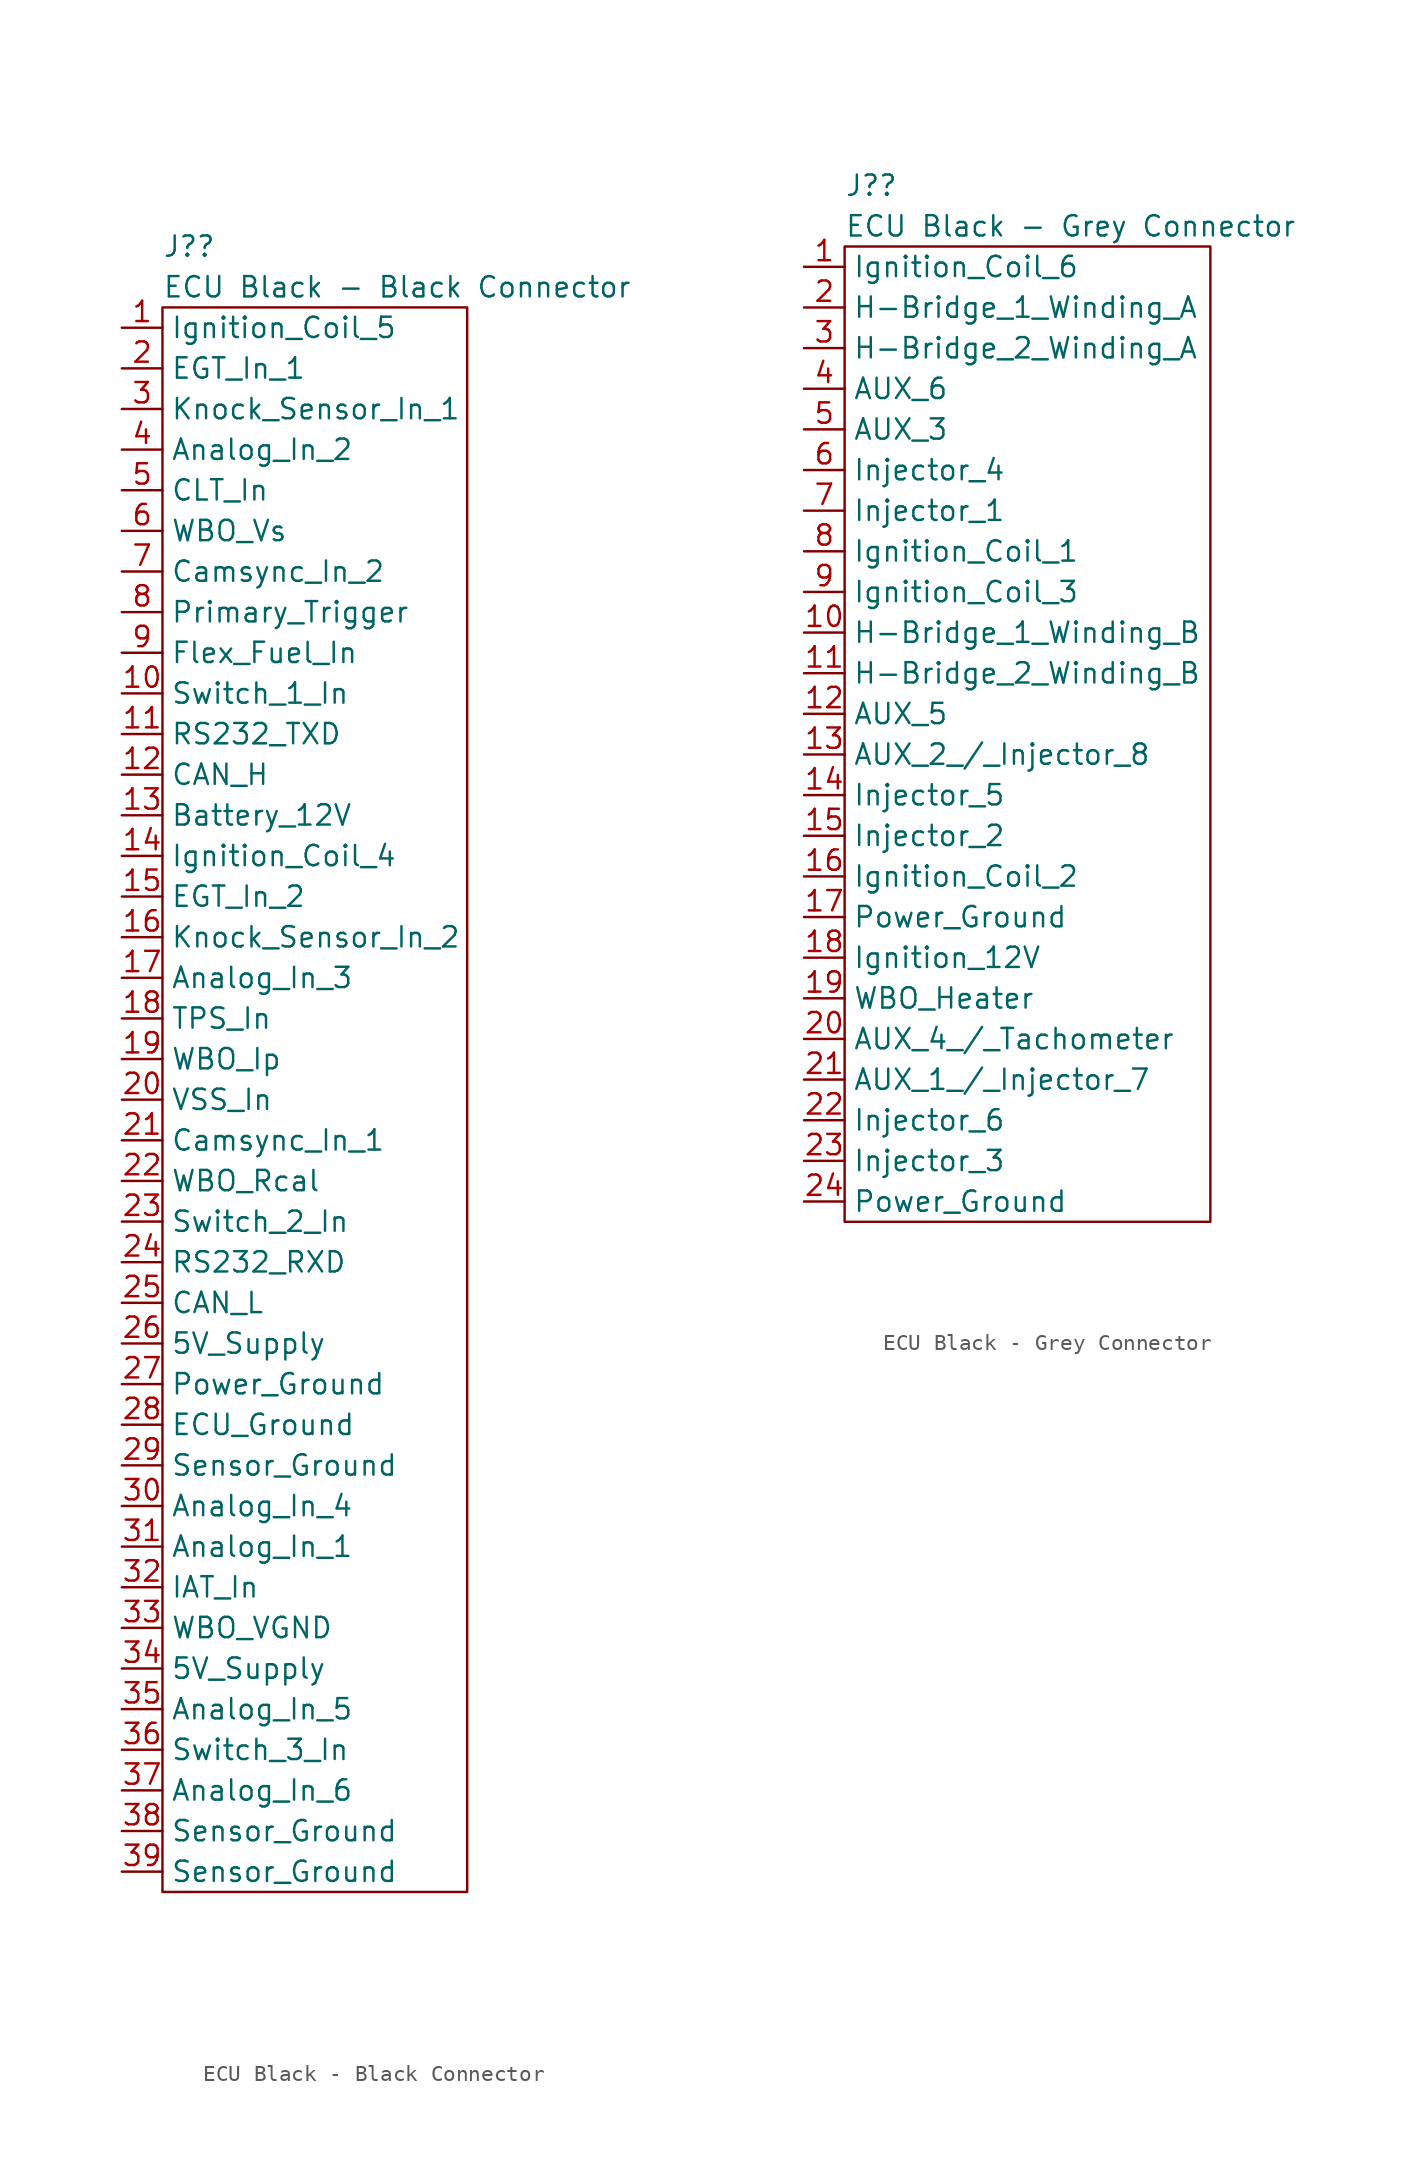
<source format=kicad_sym>
(kicad_symbol_lib
  (version 20211014)
  (generator kicad_symbol_editor)
  (symbol "ECU Black - Black Connector"
    (property "Reference" "J?"
      (at 0 3.81 0)
      (effects (font (size 1.27 1.27)) (justify left)))
    (property "Value" "ECU Black - Black Connector"
      (at 0 1.27 0)
      (effects (font (size 1.27 1.27)) (justify left)))
    (symbol "ECU Black - Black Connector_0_1"
      (rectangle (start 0 0) (end 19.05 -99.06) (stroke (width 0) (type default) (color 0 0 0 0)) (fill (type none))))
    (symbol "ECU Black - Black Connector_1_1"
      (pin output line (at -2.54 -1.27 0) (length 2.54) (name "Ignition_Coil_5" (effects (font (size 1.27 1.27)))) (number "1" (effects (font (size 1.27 1.27)))))
      (pin input line (at -2.54 -24.13 0) (length 2.54) (name "Switch_1_In" (effects (font (size 1.27 1.27)))) (number "10" (effects (font (size 1.27 1.27)))))
      (pin bidirectional line (at -2.54 -26.67 0) (length 2.54) (name "RS232_TXD" (effects (font (size 1.27 1.27)))) (number "11" (effects (font (size 1.27 1.27)))))
      (pin bidirectional line (at -2.54 -29.21 0) (length 2.54) (name "CAN_H" (effects (font (size 1.27 1.27)))) (number "12" (effects (font (size 1.27 1.27)))))
      (pin power_in line (at -2.54 -31.75 0) (length 2.54) (name "Battery_12V" (effects (font (size 1.27 1.27)))) (number "13" (effects (font (size 1.27 1.27)))))
      (pin output line (at -2.54 -34.29 0) (length 2.54) (name "Ignition_Coil_4" (effects (font (size 1.27 1.27)))) (number "14" (effects (font (size 1.27 1.27)))))
      (pin input line (at -2.54 -36.83 0) (length 2.54) (name "EGT_In_2" (effects (font (size 1.27 1.27)))) (number "15" (effects (font (size 1.27 1.27)))))
      (pin input line (at -2.54 -39.37 0) (length 2.54) (name "Knock_Sensor_In_2" (effects (font (size 1.27 1.27)))) (number "16" (effects (font (size 1.27 1.27)))))
      (pin input line (at -2.54 -41.91 0) (length 2.54) (name "Analog_In_3" (effects (font (size 1.27 1.27)))) (number "17" (effects (font (size 1.27 1.27)))))
      (pin input line (at -2.54 -44.45 0) (length 2.54) (name "TPS_In" (effects (font (size 1.27 1.27)))) (number "18" (effects (font (size 1.27 1.27)))))
      (pin input line (at -2.54 -46.99 0) (length 2.54) (name "WBO_Ip" (effects (font (size 1.27 1.27)))) (number "19" (effects (font (size 1.27 1.27)))))
      (pin input line (at -2.54 -3.81 0) (length 2.54) (name "EGT_In_1" (effects (font (size 1.27 1.27)))) (number "2" (effects (font (size 1.27 1.27)))))
      (pin input line (at -2.54 -49.53 0) (length 2.54) (name "VSS_In" (effects (font (size 1.27 1.27)))) (number "20" (effects (font (size 1.27 1.27)))))
      (pin input line (at -2.54 -52.07 0) (length 2.54) (name "Camsync_In_1" (effects (font (size 1.27 1.27)))) (number "21" (effects (font (size 1.27 1.27)))))
      (pin input line (at -2.54 -54.61 0) (length 2.54) (name "WBO_Rcal" (effects (font (size 1.27 1.27)))) (number "22" (effects (font (size 1.27 1.27)))))
      (pin input line (at -2.54 -57.15 0) (length 2.54) (name "Switch_2_In" (effects (font (size 1.27 1.27)))) (number "23" (effects (font (size 1.27 1.27)))))
      (pin bidirectional line (at -2.54 -59.69 0) (length 2.54) (name "RS232_RXD" (effects (font (size 1.27 1.27)))) (number "24" (effects (font (size 1.27 1.27)))))
      (pin bidirectional line (at -2.54 -62.23 0) (length 2.54) (name "CAN_L" (effects (font (size 1.27 1.27)))) (number "25" (effects (font (size 1.27 1.27)))))
      (pin power_out line (at -2.54 -64.77 0) (length 2.54) (name "5V_Supply" (effects (font (size 1.27 1.27)))) (number "26" (effects (font (size 1.27 1.27)))))
      (pin power_in line (at -2.54 -67.31 0) (length 2.54) (name "Power_Ground" (effects (font (size 1.27 1.27)))) (number "27" (effects (font (size 1.27 1.27)))))
      (pin power_in line (at -2.54 -69.85 0) (length 2.54) (name "ECU_Ground" (effects (font (size 1.27 1.27)))) (number "28" (effects (font (size 1.27 1.27)))))
      (pin power_out line (at -2.54 -72.39 0) (length 2.54) (name "Sensor_Ground" (effects (font (size 1.27 1.27)))) (number "29" (effects (font (size 1.27 1.27)))))
      (pin input line (at -2.54 -6.35 0) (length 2.54) (name "Knock_Sensor_In_1" (effects (font (size 1.27 1.27)))) (number "3" (effects (font (size 1.27 1.27)))))
      (pin input line (at -2.54 -74.93 0) (length 2.54) (name "Analog_In_4" (effects (font (size 1.27 1.27)))) (number "30" (effects (font (size 1.27 1.27)))))
      (pin input line (at -2.54 -77.47 0) (length 2.54) (name "Analog_In_1" (effects (font (size 1.27 1.27)))) (number "31" (effects (font (size 1.27 1.27)))))
      (pin input line (at -2.54 -80.01 0) (length 2.54) (name "IAT_In" (effects (font (size 1.27 1.27)))) (number "32" (effects (font (size 1.27 1.27)))))
      (pin power_out line (at -2.54 -82.55 0) (length 2.54) (name "WBO_VGND" (effects (font (size 1.27 1.27)))) (number "33" (effects (font (size 1.27 1.27)))))
      (pin power_out line (at -2.54 -85.09 0) (length 2.54) (name "5V_Supply" (effects (font (size 1.27 1.27)))) (number "34" (effects (font (size 1.27 1.27)))))
      (pin input line (at -2.54 -87.63 0) (length 2.54) (name "Analog_In_5" (effects (font (size 1.27 1.27)))) (number "35" (effects (font (size 1.27 1.27)))))
      (pin input line (at -2.54 -90.17 0) (length 2.54) (name "Switch_3_In" (effects (font (size 1.27 1.27)))) (number "36" (effects (font (size 1.27 1.27)))))
      (pin input line (at -2.54 -92.71 0) (length 2.54) (name "Analog_In_6" (effects (font (size 1.27 1.27)))) (number "37" (effects (font (size 1.27 1.27)))))
      (pin power_out line (at -2.54 -95.25 0) (length 2.54) (name "Sensor_Ground" (effects (font (size 1.27 1.27)))) (number "38" (effects (font (size 1.27 1.27)))))
      (pin power_out line (at -2.54 -97.79 0) (length 2.54) (name "Sensor_Ground" (effects (font (size 1.27 1.27)))) (number "39" (effects (font (size 1.27 1.27)))))
      (pin input line (at -2.54 -8.89 0) (length 2.54) (name "Analog_In_2" (effects (font (size 1.27 1.27)))) (number "4" (effects (font (size 1.27 1.27)))))
      (pin input line (at -2.54 -11.43 0) (length 2.54) (name "CLT_In" (effects (font (size 1.27 1.27)))) (number "5" (effects (font (size 1.27 1.27)))))
      (pin power_out line (at -2.54 -13.97 0) (length 2.54) (name "WBO_Vs" (effects (font (size 1.27 1.27)))) (number "6" (effects (font (size 1.27 1.27)))))
      (pin input line (at -2.54 -16.51 0) (length 2.54) (name "Camsync_In_2" (effects (font (size 1.27 1.27)))) (number "7" (effects (font (size 1.27 1.27)))))
      (pin input line (at -2.54 -19.05 0) (length 2.54) (name "Primary_Trigger" (effects (font (size 1.27 1.27)))) (number "8" (effects (font (size 1.27 1.27)))))
      (pin input line (at -2.54 -21.59 0) (length 2.54) (name "Flex_Fuel_In" (effects (font (size 1.27 1.27)))) (number "9" (effects (font (size 1.27 1.27)))))))
  (symbol "ECU Black - Grey Connector"
    (property "Reference" "J?"
      (at 0 3.81 0)
      (effects (font (size 1.27 1.27)) (justify left)))
    (property "Value" "ECU Black - Grey Connector"
      (at 0 1.27 0)
      (effects (font (size 1.27 1.27)) (justify left)))
    (symbol "ECU Black - Grey Connector_0_1"
      (rectangle (start 0 0) (end 22.86 -60.96) (stroke (width 0) (type default) (color 0 0 0 0)) (fill (type none))))
    (symbol "ECU Black - Grey Connector_1_1"
      (pin output line (at -2.54 -1.27 0) (length 2.54) (name "Ignition_Coil_6" (effects (font (size 1.27 1.27)))) (number "1" (effects (font (size 1.27 1.27)))))
      (pin output line (at -2.54 -24.13 0) (length 2.54) (name "H-Bridge_1_Winding_B" (effects (font (size 1.27 1.27)))) (number "10" (effects (font (size 1.27 1.27)))))
      (pin output line (at -2.54 -26.67 0) (length 2.54) (name "H-Bridge_2_Winding_B" (effects (font (size 1.27 1.27)))) (number "11" (effects (font (size 1.27 1.27)))))
      (pin output line (at -2.54 -29.21 0) (length 2.54) (name "AUX_5" (effects (font (size 1.27 1.27)))) (number "12" (effects (font (size 1.27 1.27)))))
      (pin output line (at -2.54 -31.75 0) (length 2.54) (name "AUX_2_/_Injector_8" (effects (font (size 1.27 1.27)))) (number "13" (effects (font (size 1.27 1.27)))))
      (pin output line (at -2.54 -34.29 0) (length 2.54) (name "Injector_5" (effects (font (size 1.27 1.27)))) (number "14" (effects (font (size 1.27 1.27)))))
      (pin output line (at -2.54 -36.83 0) (length 2.54) (name "Injector_2" (effects (font (size 1.27 1.27)))) (number "15" (effects (font (size 1.27 1.27)))))
      (pin output line (at -2.54 -39.37 0) (length 2.54) (name "Ignition_Coil_2" (effects (font (size 1.27 1.27)))) (number "16" (effects (font (size 1.27 1.27)))))
      (pin power_in line (at -2.54 -41.91 0) (length 2.54) (name "Power_Ground" (effects (font (size 1.27 1.27)))) (number "17" (effects (font (size 1.27 1.27)))))
      (pin power_in line (at -2.54 -44.45 0) (length 2.54) (name "Ignition_12V" (effects (font (size 1.27 1.27)))) (number "18" (effects (font (size 1.27 1.27)))))
      (pin power_out line (at -2.54 -46.99 0) (length 2.54) (name "WBO_Heater" (effects (font (size 1.27 1.27)))) (number "19" (effects (font (size 1.27 1.27)))))
      (pin output line (at -2.54 -3.81 0) (length 2.54) (name "H-Bridge_1_Winding_A" (effects (font (size 1.27 1.27)))) (number "2" (effects (font (size 1.27 1.27)))))
      (pin output line (at -2.54 -49.53 0) (length 2.54) (name "AUX_4_/_Tachometer" (effects (font (size 1.27 1.27)))) (number "20" (effects (font (size 1.27 1.27)))))
      (pin output line (at -2.54 -52.07 0) (length 2.54) (name "AUX_1_/_Injector_7" (effects (font (size 1.27 1.27)))) (number "21" (effects (font (size 1.27 1.27)))))
      (pin output line (at -2.54 -54.61 0) (length 2.54) (name "Injector_6" (effects (font (size 1.27 1.27)))) (number "22" (effects (font (size 1.27 1.27)))))
      (pin output line (at -2.54 -57.15 0) (length 2.54) (name "Injector_3" (effects (font (size 1.27 1.27)))) (number "23" (effects (font (size 1.27 1.27)))))
      (pin power_in line (at -2.54 -59.69 0) (length 2.54) (name "Power_Ground" (effects (font (size 1.27 1.27)))) (number "24" (effects (font (size 1.27 1.27)))))
      (pin output line (at -2.54 -6.35 0) (length 2.54) (name "H-Bridge_2_Winding_A" (effects (font (size 1.27 1.27)))) (number "3" (effects (font (size 1.27 1.27)))))
      (pin output line (at -2.54 -8.89 0) (length 2.54) (name "AUX_6" (effects (font (size 1.27 1.27)))) (number "4" (effects (font (size 1.27 1.27)))))
      (pin output line (at -2.54 -11.43 0) (length 2.54) (name "AUX_3" (effects (font (size 1.27 1.27)))) (number "5" (effects (font (size 1.27 1.27)))))
      (pin output line (at -2.54 -13.97 0) (length 2.54) (name "Injector_4" (effects (font (size 1.27 1.27)))) (number "6" (effects (font (size 1.27 1.27)))))
      (pin output line (at -2.54 -16.51 0) (length 2.54) (name "Injector_1" (effects (font (size 1.27 1.27)))) (number "7" (effects (font (size 1.27 1.27)))))
      (pin output line (at -2.54 -19.05 0) (length 2.54) (name "Ignition_Coil_1" (effects (font (size 1.27 1.27)))) (number "8" (effects (font (size 1.27 1.27)))))
      (pin output line (at -2.54 -21.59 0) (length 2.54) (name "Ignition_Coil_3" (effects (font (size 1.27 1.27)))) (number "9" (effects (font (size 1.27 1.27))))))))
</source>
